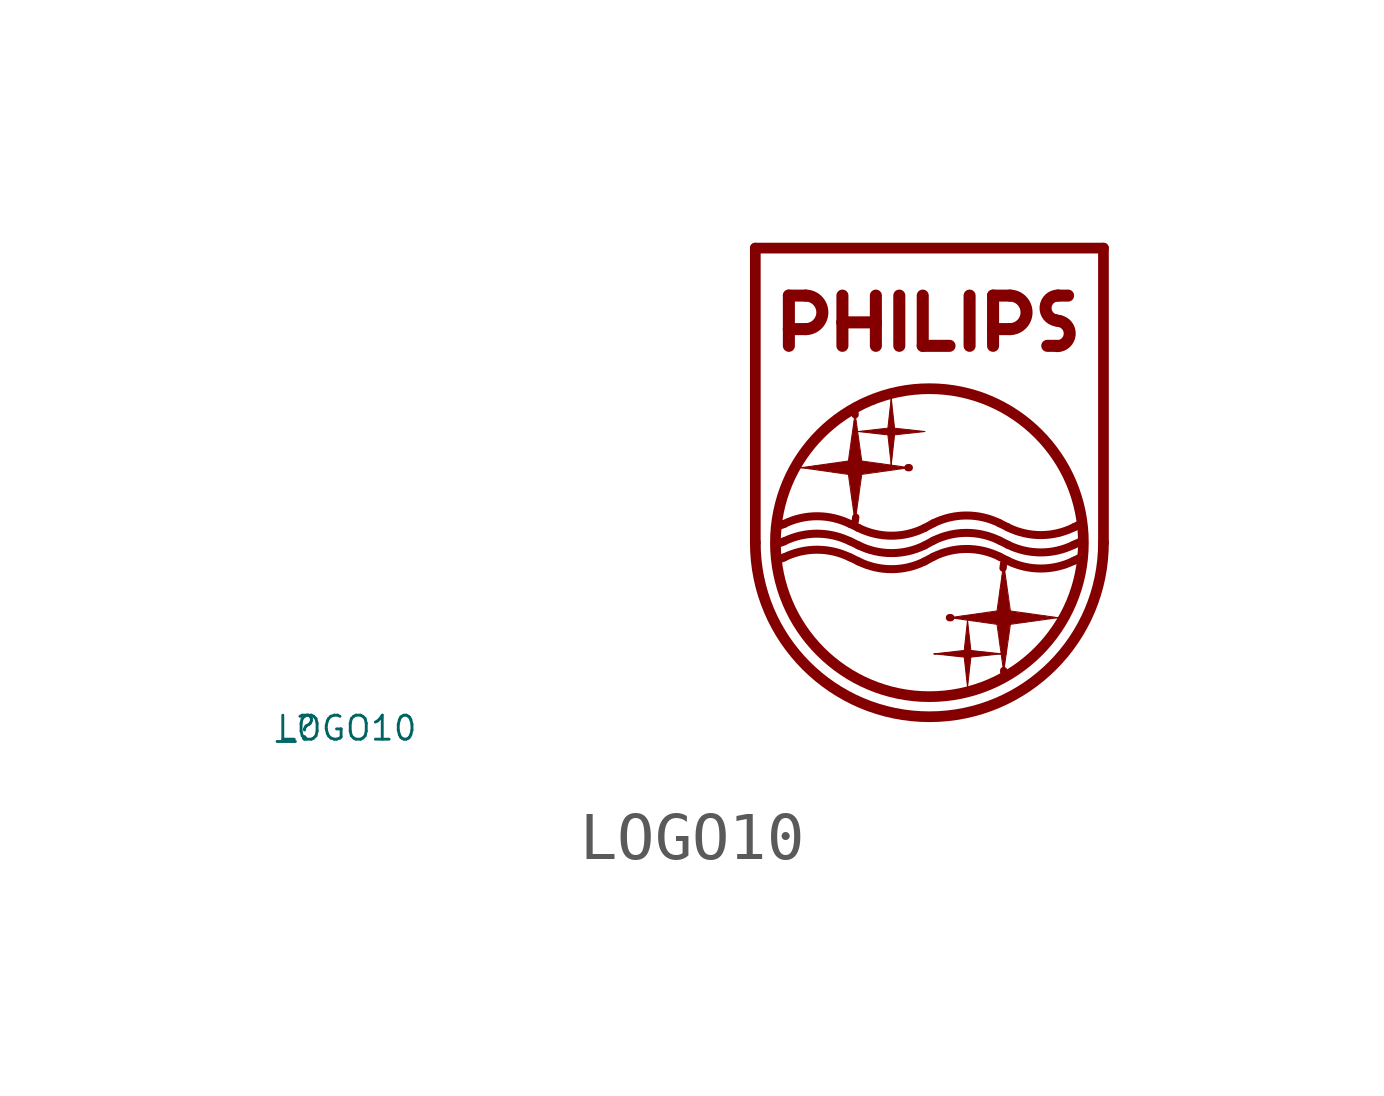
<source format=kicad_sym>
(kicad_symbol_lib
  (version 20220914)
  (generator Eagle2Kicad)
  (symbol "LOGO10"
    (property "Reference" "_"
      (at -10 -10 0)
      (effects (font (size 0.5 0.5) (thickness 0.06)) (justify left)))
    (property "Value" "LOGO10"
      (at -10 -10 0)
      (effects (font (size 0.5 0.5) (thickness 0.06)) (justify left)))
    (arc
      (start 0 -6.1349)
      (mid 3.626 -9.761)
      (end 7.2512 -6.1349)
      (stroke (width 0.223) (type default))
      (fill (type none)))
    (arc
      (start 1.0472 -1.6866)
      (mid 1.396 -1.338)
      (end 1.0472 -0.9892)
      (stroke (width 0.251) (type default))
      (fill (type none)))
    (arc
      (start 5.3002 -1.6866)
      (mid 5.649 -1.338)
      (end 5.3002 -0.9892)
      (stroke (width 0.251) (type default))
      (fill (type none)))
    (arc
      (start 6.3043 -0.9892)
      (mid 6.046 -1.228)
      (end 6.2626 -1.5052)
      (stroke (width 0.251) (type default))
      (fill (type none)))
    (arc
      (start 6.2903 -2.035)
      (mid 6.549 -1.796)
      (end 6.3322 -1.519)
      (stroke (width 0.251) (type default))
      (fill (type none)))
    (arc
      (start 5.0899 -6.093)
      (mid 4.400 -5.931)
      (end 3.7092 -6.093)
      (stroke (width 0.167) (type default))
      (fill (type none)))
    (arc
      (start 5.257 -6.1768)
      (mid 5.947 -6.338)
      (end 6.6378 -6.1765)
      (stroke (width 0.167) (type default))
      (fill (type none)))
    (arc
      (start 1.9801 -6.1071)
      (mid 1.290 -5.946)
      (end 0.5997 -6.1069)
      (stroke (width 0.167) (type default))
      (fill (type none)))
    (arc
      (start 2.1473 -6.1905)
      (mid 2.838 -6.352)
      (end 3.5281 -6.1905)
      (stroke (width 0.167) (type default))
      (fill (type none)))
    (arc
      (start 5.0899 -5.7305)
      (mid 4.400 -5.569)
      (end 3.7092 -5.7305)
      (stroke (width 0.167) (type default))
      (fill (type none)))
    (arc
      (start 5.257 -5.8141)
      (mid 5.947 -5.976)
      (end 6.6377 -5.8139)
      (stroke (width 0.167) (type default))
      (fill (type none)))
    (arc
      (start 1.9802 -5.7445)
      (mid 1.290 -5.583)
      (end 0.5997 -5.7442)
      (stroke (width 0.167) (type default))
      (fill (type none)))
    (arc
      (start 2.1473 -5.828)
      (mid 2.838 -5.990)
      (end 3.5281 -5.828)
      (stroke (width 0.167) (type default))
      (fill (type none)))
    (arc
      (start 5.0899 -6.4277)
      (mid 4.400 -6.266)
      (end 3.7092 -6.4277)
      (stroke (width 0.167) (type default))
      (fill (type none)))
    (arc
      (start 5.257 -6.5113)
      (mid 5.947 -6.673)
      (end 6.6377 -6.5111)
      (stroke (width 0.167) (type default))
      (fill (type none)))
    (arc
      (start 1.9802 -6.4417)
      (mid 1.290 -6.280)
      (end 0.5997 -6.4414)
      (stroke (width 0.167) (type default))
      (fill (type none)))
    (arc
      (start 2.1473 -6.5253)
      (mid 2.838 -6.687)
      (end 3.5281 -6.5253)
      (stroke (width 0.167) (type default))
      (fill (type none)))
    (polyline
      (pts (xy 0 -6.135) (xy 0 0))
      (stroke (width 0.223) (type default))
      (fill (type none)))
    (polyline
      (pts (xy 7.251 0) (xy 0 0))
      (stroke (width 0.223) (type default))
      (fill (type none)))
    (polyline
      (pts (xy 0.699 -0.989) (xy 0.699 -1.687))
      (stroke (width 0.251) (type default))
      (fill (type none)))
    (polyline
      (pts (xy 0.699 -1.687) (xy 0.699 -2.035))
      (stroke (width 0.251) (type default))
      (fill (type none)))
    (polyline
      (pts (xy 0.699 -0.989) (xy 1.047 -0.989))
      (stroke (width 0.251) (type default))
      (fill (type none)))
    (polyline
      (pts (xy 0.699 -1.687) (xy 1.047 -1.687))
      (stroke (width 0.251) (type default))
      (fill (type none)))
    (polyline
      (pts (xy 1.814 -0.989) (xy 1.814 -1.547))
      (stroke (width 0.251) (type default))
      (fill (type none)))
    (polyline
      (pts (xy 1.814 -1.547) (xy 1.814 -2.035))
      (stroke (width 0.251) (type default))
      (fill (type none)))
    (polyline
      (pts (xy 2.511 -0.989) (xy 2.511 -1.547))
      (stroke (width 0.251) (type default))
      (fill (type none)))
    (polyline
      (pts (xy 2.511 -1.547) (xy 2.511 -2.035))
      (stroke (width 0.251) (type default))
      (fill (type none)))
    (polyline
      (pts (xy 1.814 -1.547) (xy 2.511 -1.547))
      (stroke (width 0.251) (type default))
      (fill (type none)))
    (polyline
      (pts (xy 2.999 -0.989) (xy 2.999 -2.035))
      (stroke (width 0.251) (type default))
      (fill (type none)))
    (polyline
      (pts (xy 3.487 -0.989) (xy 3.487 -2.035))
      (stroke (width 0.251) (type default))
      (fill (type none)))
    (polyline
      (pts (xy 3.487 -2.035) (xy 4.045 -2.035))
      (stroke (width 0.251) (type default))
      (fill (type none)))
    (polyline
      (pts (xy 4.463 -0.989) (xy 4.463 -2.035))
      (stroke (width 0.251) (type default))
      (fill (type none)))
    (polyline
      (pts (xy 4.952 -0.989) (xy 4.952 -1.687))
      (stroke (width 0.251) (type default))
      (fill (type none)))
    (polyline
      (pts (xy 4.952 -1.687) (xy 4.952 -2.035))
      (stroke (width 0.251) (type default))
      (fill (type none)))
    (polyline
      (pts (xy 4.952 -0.989) (xy 5.3 -0.989))
      (stroke (width 0.251) (type default))
      (fill (type none)))
    (polyline
      (pts (xy 4.952 -1.687) (xy 5.3 -1.687))
      (stroke (width 0.251) (type default))
      (fill (type none)))
    (polyline
      (pts (xy 7.251 -6.135) (xy 7.251 0))
      (stroke (width 0.223) (type default))
      (fill (type none)))
    (polyline
      (pts (xy 6.304 -0.989) (xy 6.514 -0.989))
      (stroke (width 0.251) (type default))
      (fill (type none)))
    (polyline
      (pts (xy 6.081 -2.035) (xy 6.29 -2.035))
      (stroke (width 0.251) (type default))
      (fill (type none)))
    (polyline
      (pts (xy 6.263 -1.505) (xy 6.332 -1.519))
      (stroke (width 0.251) (type default))
      (fill (type none)))
    (polyline
      (pts (xy 5.09 -6.093) (xy 5.257 -6.177))
      (stroke (width 0.167) (type default))
      (fill (type none)))
    (polyline
      (pts (xy 1.98 -6.107) (xy 2.147 -6.191))
      (stroke (width 0.167) (type default))
      (fill (type none)))
    (polyline
      (pts (xy 3.709 -6.093) (xy 3.528 -6.191))
      (stroke (width 0.167) (type default))
      (fill (type none)))
    (polyline
      (pts (xy 5.09 -5.731) (xy 5.257 -5.814))
      (stroke (width 0.167) (type default))
      (fill (type none)))
    (polyline
      (pts (xy 1.98 -5.745) (xy 2.147 -5.828))
      (stroke (width 0.167) (type default))
      (fill (type none)))
    (polyline
      (pts (xy 3.709 -5.731) (xy 3.528 -5.828))
      (stroke (width 0.167) (type default))
      (fill (type none)))
    (polyline
      (pts (xy 5.09 -6.428) (xy 5.257 -6.511))
      (stroke (width 0.167) (type default))
      (fill (type none)))
    (polyline
      (pts (xy 1.98 -6.442) (xy 2.147 -6.525))
      (stroke (width 0.167) (type default))
      (fill (type none)))
    (polyline
      (pts (xy 3.709 -6.428) (xy 3.528 -6.525))
      (stroke (width 0.167) (type default))
      (fill (type none)))
    (polyline
      (pts (xy 2.078 -3.443) (xy 2.078 -3.471))
      (stroke (width 0) (type default))
      (fill (type none)))
    (polyline
      (pts (xy 2.092 -5.605) (xy 2.078 -5.703))
      (stroke (width 0) (type default))
      (fill (type none)))
    (polyline
      (pts (xy 3.179 -4.573) (xy 3.207 -4.573))
      (stroke (width 0) (type default))
      (fill (type none)))
    (polyline
      (pts (xy 2.078 -3.443) (xy 2.217 -4.434))
      (stroke (width 0.014) (type default))
      (fill (type none)))
    (polyline
      (pts (xy 2.217 -4.434) (xy 3.207 -4.573))
      (stroke (width 0.014) (type default))
      (fill (type none)))
    (polyline
      (pts (xy 3.207 -4.573) (xy 2.217 -4.713))
      (stroke (width 0.014) (type default))
      (fill (type none)))
    (polyline
      (pts (xy 2.217 -4.713) (xy 2.078 -5.703))
      (stroke (width 0.014) (type default))
      (fill (type none)))
    (polyline
      (pts (xy 2.078 -5.703) (xy 1.938 -4.713))
      (stroke (width 0.014) (type default))
      (fill (type none)))
    (polyline
      (pts (xy 1.938 -4.713) (xy 0.948 -4.573))
      (stroke (width 0.014) (type default))
      (fill (type none)))
    (polyline
      (pts (xy 0.948 -4.573) (xy 1.938 -4.434))
      (stroke (width 0.014) (type default))
      (fill (type none)))
    (polyline
      (pts (xy 1.938 -4.434) (xy 2.078 -3.443))
      (stroke (width 0.014) (type default))
      (fill (type none)))
    (polyline
      (pts (xy 6.638 -5.814) (xy 6.749 -5.758))
      (stroke (width 0.167) (type default))
      (fill (type none)))
    (polyline
      (pts (xy 6.638 -6.177) (xy 6.791 -6.107))
      (stroke (width 0.167) (type default))
      (fill (type none)))
    (polyline
      (pts (xy 6.638 -6.511) (xy 6.805 -6.428))
      (stroke (width 0.167) (type default))
      (fill (type none)))
    (polyline
      (pts (xy 0.6 -5.745) (xy 0.46 -5.8))
      (stroke (width 0.167) (type default))
      (fill (type none)))
    (polyline
      (pts (xy 0.6 -6.107) (xy 0.46 -6.163))
      (stroke (width 0.167) (type default))
      (fill (type none)))
    (polyline
      (pts (xy 0.6 -6.442) (xy 0.46 -6.497))
      (stroke (width 0.167) (type default))
      (fill (type none)))
    (polyline
      (pts (xy 3.207 -4.573) (xy 3.138 -4.573))
      (stroke (width 0.014) (type default))
      (fill (type none)))
    (polyline
      (pts (xy 3.138 -4.573) (xy 3.04 -4.573))
      (stroke (width 0.028) (type default))
      (fill (type none)))
    (polyline
      (pts (xy 3.04 -4.573) (xy 2.928 -4.573))
      (stroke (width 0.056) (type default))
      (fill (type none)))
    (polyline
      (pts (xy 2.928 -4.573) (xy 2.831 -4.573))
      (stroke (width 0.084) (type default))
      (fill (type none)))
    (polyline
      (pts (xy 2.831 -4.573) (xy 2.719 -4.573))
      (stroke (width 0.111) (type default))
      (fill (type none)))
    (polyline
      (pts (xy 2.719 -4.573) (xy 2.622 -4.573))
      (stroke (width 0.139) (type default))
      (fill (type none)))
    (polyline
      (pts (xy 2.622 -4.573) (xy 2.51 -4.573))
      (stroke (width 0.167) (type default))
      (fill (type none)))
    (polyline
      (pts (xy 2.51 -4.573) (xy 2.398 -4.573))
      (stroke (width 0.195) (type default))
      (fill (type none)))
    (polyline
      (pts (xy 2.398 -4.573) (xy 2.301 -4.573))
      (stroke (width 0.223) (type default))
      (fill (type none)))
    (polyline
      (pts (xy 2.301 -4.573) (xy 2.203 -4.573))
      (stroke (width 0.251) (type default))
      (fill (type none)))
    (polyline
      (pts (xy 2.203 -4.573) (xy 1.952 -4.573))
      (stroke (width 0.279) (type default))
      (fill (type none)))
    (polyline
      (pts (xy 1.952 -4.573) (xy 1.855 -4.573))
      (stroke (width 0.251) (type default))
      (fill (type none)))
    (polyline
      (pts (xy 1.855 -4.573) (xy 1.743 -4.573))
      (stroke (width 0.223) (type default))
      (fill (type none)))
    (polyline
      (pts (xy 1.743 -4.573) (xy 1.631 -4.573))
      (stroke (width 0.195) (type default))
      (fill (type none)))
    (polyline
      (pts (xy 1.631 -4.573) (xy 1.534 -4.573))
      (stroke (width 0.167) (type default))
      (fill (type none)))
    (polyline
      (pts (xy 1.534 -4.573) (xy 1.436 -4.573))
      (stroke (width 0.139) (type default))
      (fill (type none)))
    (polyline
      (pts (xy 1.436 -4.573) (xy 1.339 -4.573))
      (stroke (width 0.111) (type default))
      (fill (type none)))
    (polyline
      (pts (xy 1.339 -4.573) (xy 1.227 -4.573))
      (stroke (width 0.084) (type default))
      (fill (type none)))
    (polyline
      (pts (xy 1.227 -4.573) (xy 1.116 -4.573))
      (stroke (width 0.056) (type default))
      (fill (type none)))
    (polyline
      (pts (xy 1.116 -4.573) (xy 1.06 -4.573))
      (stroke (width 0.028) (type default))
      (fill (type none)))
    (polyline
      (pts (xy 1.06 -4.573) (xy 0.948 -4.573))
      (stroke (width 0.014) (type default))
      (fill (type none)))
    (polyline
      (pts (xy 2.078 -3.443) (xy 2.078 -3.541))
      (stroke (width 0.014) (type default))
      (fill (type none)))
    (polyline
      (pts (xy 2.078 -3.541) (xy 2.078 -3.611))
      (stroke (width 0.028) (type default))
      (fill (type none)))
    (polyline
      (pts (xy 2.078 -3.611) (xy 2.078 -3.722))
      (stroke (width 0.056) (type default))
      (fill (type none)))
    (polyline
      (pts (xy 2.078 -3.722) (xy 2.078 -3.82))
      (stroke (width 0.084) (type default))
      (fill (type none)))
    (polyline
      (pts (xy 2.078 -3.82) (xy 2.078 -3.932))
      (stroke (width 0.111) (type default))
      (fill (type none)))
    (polyline
      (pts (xy 2.078 -3.932) (xy 2.078 -4.029))
      (stroke (width 0.139) (type default))
      (fill (type none)))
    (polyline
      (pts (xy 2.078 -4.029) (xy 2.078 -4.141))
      (stroke (width 0.167) (type default))
      (fill (type none)))
    (polyline
      (pts (xy 2.078 -4.141) (xy 2.078 -4.239))
      (stroke (width 0.195) (type default))
      (fill (type none)))
    (polyline
      (pts (xy 2.078 -4.239) (xy 2.078 -4.35))
      (stroke (width 0.223) (type default))
      (fill (type none)))
    (polyline
      (pts (xy 2.078 -4.35) (xy 2.078 -4.462))
      (stroke (width 0.251) (type default))
      (fill (type none)))
    (polyline
      (pts (xy 2.078 -4.462) (xy 2.078 -4.684))
      (stroke (width 0.279) (type default))
      (fill (type none)))
    (polyline
      (pts (xy 2.078 -4.74) (xy 2.078 -4.684))
      (stroke (width 0.014) (type default))
      (fill (type none)))
    (polyline
      (pts (xy 2.078 -4.684) (xy 2.078 -4.796))
      (stroke (width 0.251) (type default))
      (fill (type none)))
    (polyline
      (pts (xy 2.078 -4.796) (xy 2.078 -4.894))
      (stroke (width 0.223) (type default))
      (fill (type none)))
    (polyline
      (pts (xy 2.078 -4.894) (xy 2.078 -5.005))
      (stroke (width 0.195) (type default))
      (fill (type none)))
    (polyline
      (pts (xy 2.078 -5.005) (xy 2.078 -5.131))
      (stroke (width 0.167) (type default))
      (fill (type none)))
    (polyline
      (pts (xy 2.078 -5.131) (xy 2.078 -5.228))
      (stroke (width 0.139) (type default))
      (fill (type none)))
    (polyline
      (pts (xy 2.078 -5.228) (xy 2.078 -5.326))
      (stroke (width 0.111) (type default))
      (fill (type none)))
    (polyline
      (pts (xy 2.078 -5.326) (xy 2.078 -5.438))
      (stroke (width 0.084) (type default))
      (fill (type none)))
    (polyline
      (pts (xy 2.078 -5.438) (xy 2.078 -5.535))
      (stroke (width 0.056) (type default))
      (fill (type none)))
    (polyline
      (pts (xy 2.078 -5.535) (xy 2.078 -5.605))
      (stroke (width 0.028) (type default))
      (fill (type none)))
    (polyline
      (pts (xy 2.078 -5.605) (xy 2.078 -5.703))
      (stroke (width 0.014) (type default))
      (fill (type none)))
    (polyline
      (pts (xy 2.831 -3.123) (xy 2.9 -3.75))
      (stroke (width 0.007) (type default))
      (fill (type none)))
    (polyline
      (pts (xy 2.9 -3.75) (xy 3.528 -3.82))
      (stroke (width 0.007) (type default))
      (fill (type none)))
    (polyline
      (pts (xy 3.528 -3.82) (xy 2.9 -3.89))
      (stroke (width 0.007) (type default))
      (fill (type none)))
    (polyline
      (pts (xy 2.9 -3.89) (xy 2.831 -4.517))
      (stroke (width 0.007) (type default))
      (fill (type none)))
    (polyline
      (pts (xy 2.831 -4.517) (xy 2.761 -3.89))
      (stroke (width 0.007) (type default))
      (fill (type none)))
    (polyline
      (pts (xy 2.761 -3.89) (xy 2.134 -3.82))
      (stroke (width 0.007) (type default))
      (fill (type none)))
    (polyline
      (pts (xy 2.134 -3.82) (xy 2.761 -3.75))
      (stroke (width 0.007) (type default))
      (fill (type none)))
    (polyline
      (pts (xy 2.761 -3.75) (xy 2.831 -3.123))
      (stroke (width 0.007) (type default))
      (fill (type none)))
    (polyline
      (pts (xy 2.146 -3.82) (xy 2.154 -3.82))
      (stroke (width 0.002) (type default))
      (fill (type none)))
    (polyline
      (pts (xy 2.154 -3.82) (xy 2.167 -3.82))
      (stroke (width 0.006) (type default))
      (fill (type none)))
    (polyline
      (pts (xy 2.167 -3.82) (xy 2.208 -3.82))
      (stroke (width 0.008) (type default))
      (fill (type none)))
    (polyline
      (pts (xy 2.208 -3.82) (xy 2.238 -3.82))
      (stroke (width 0.014) (type default))
      (fill (type none)))
    (polyline
      (pts (xy 2.238 -3.82) (xy 2.308 -3.82))
      (stroke (width 0.028) (type default))
      (fill (type none)))
    (polyline
      (pts (xy 2.308 -3.82) (xy 2.371 -3.82))
      (stroke (width 0.042) (type default))
      (fill (type none)))
    (polyline
      (pts (xy 2.371 -3.82) (xy 2.44 -3.82))
      (stroke (width 0.056) (type default))
      (fill (type none)))
    (polyline
      (pts (xy 2.44 -3.82) (xy 2.489 -3.82))
      (stroke (width 0.07) (type default))
      (fill (type none)))
    (polyline
      (pts (xy 2.489 -3.82) (xy 2.566 -3.82))
      (stroke (width 0.084) (type default))
      (fill (type none)))
    (polyline
      (pts (xy 2.566 -3.82) (xy 2.628 -3.82))
      (stroke (width 0.097) (type default))
      (fill (type none)))
    (polyline
      (pts (xy 2.628 -3.82) (xy 2.691 -3.82))
      (stroke (width 0.111) (type default))
      (fill (type none)))
    (polyline
      (pts (xy 2.691 -3.82) (xy 2.768 -3.82))
      (stroke (width 0.125) (type default))
      (fill (type none)))
    (polyline
      (pts (xy 2.768 -3.82) (xy 2.894 -3.82))
      (stroke (width 0.139) (type default))
      (fill (type none)))
    (polyline
      (pts (xy 2.894 -3.82) (xy 2.963 -3.82))
      (stroke (width 0.125) (type default))
      (fill (type none)))
    (polyline
      (pts (xy 2.963 -3.82) (xy 3.026 -3.82))
      (stroke (width 0.111) (type default))
      (fill (type none)))
    (polyline
      (pts (xy 3.026 -3.82) (xy 3.096 -3.82))
      (stroke (width 0.097) (type default))
      (fill (type none)))
    (polyline
      (pts (xy 3.096 -3.82) (xy 3.159 -3.82))
      (stroke (width 0.084) (type default))
      (fill (type none)))
    (polyline
      (pts (xy 3.159 -3.82) (xy 3.228 -3.82))
      (stroke (width 0.07) (type default))
      (fill (type none)))
    (polyline
      (pts (xy 3.228 -3.82) (xy 3.298 -3.82))
      (stroke (width 0.056) (type default))
      (fill (type none)))
    (polyline
      (pts (xy 3.298 -3.82) (xy 3.361 -3.82))
      (stroke (width 0.042) (type default))
      (fill (type none)))
    (polyline
      (pts (xy 3.361 -3.82) (xy 3.423 -3.82))
      (stroke (width 0.028) (type default))
      (fill (type none)))
    (polyline
      (pts (xy 3.423 -3.82) (xy 3.454 -3.82))
      (stroke (width 0.014) (type default))
      (fill (type none)))
    (polyline
      (pts (xy 3.454 -3.82) (xy 3.494 -3.82))
      (stroke (width 0.008) (type default))
      (fill (type none)))
    (polyline
      (pts (xy 3.494 -3.82) (xy 3.509 -3.82))
      (stroke (width 0.006) (type default))
      (fill (type none)))
    (polyline
      (pts (xy 3.509 -3.82) (xy 3.517 -3.82))
      (stroke (width 0.002) (type default))
      (fill (type none)))
    (polyline
      (pts (xy 3.517 -3.82) (xy 3.528 -3.82))
      (stroke (width 0.001) (type default))
      (fill (type none)))
    (polyline
      (pts (xy 2.831 -3.123) (xy 2.831 -3.131))
      (stroke (width 0.001) (type default))
      (fill (type none)))
    (polyline
      (pts (xy 2.831 -3.131) (xy 2.831 -3.145))
      (stroke (width 0.002) (type default))
      (fill (type none)))
    (polyline
      (pts (xy 2.831 -3.145) (xy 2.831 -3.173))
      (stroke (width 0.006) (type default))
      (fill (type none)))
    (polyline
      (pts (xy 2.831 -3.173) (xy 2.831 -3.198))
      (stroke (width 0.008) (type default))
      (fill (type none)))
    (polyline
      (pts (xy 2.831 -3.198) (xy 2.831 -3.227))
      (stroke (width 0.014) (type default))
      (fill (type none)))
    (polyline
      (pts (xy 2.831 -3.227) (xy 2.831 -3.29))
      (stroke (width 0.028) (type default))
      (fill (type none)))
    (polyline
      (pts (xy 2.831 -3.29) (xy 2.831 -3.36))
      (stroke (width 0.042) (type default))
      (fill (type none)))
    (polyline
      (pts (xy 2.831 -3.36) (xy 2.831 -3.429))
      (stroke (width 0.056) (type default))
      (fill (type none)))
    (polyline
      (pts (xy 2.831 -3.429) (xy 2.831 -3.499))
      (stroke (width 0.07) (type default))
      (fill (type none)))
    (polyline
      (pts (xy 2.831 -3.499) (xy 2.831 -3.555))
      (stroke (width 0.084) (type default))
      (fill (type none)))
    (polyline
      (pts (xy 2.831 -3.555) (xy 2.831 -3.625))
      (stroke (width 0.097) (type default))
      (fill (type none)))
    (polyline
      (pts (xy 2.831 -3.625) (xy 2.831 -3.674))
      (stroke (width 0.111) (type default))
      (fill (type none)))
    (polyline
      (pts (xy 2.831 -3.674) (xy 2.831 -3.757))
      (stroke (width 0.125) (type default))
      (fill (type none)))
    (polyline
      (pts (xy 2.831 -3.757) (xy 2.831 -3.883))
      (stroke (width 0.139) (type default))
      (fill (type none)))
    (polyline
      (pts (xy 2.831 -3.883) (xy 2.831 -3.96))
      (stroke (width 0.125) (type default))
      (fill (type none)))
    (polyline
      (pts (xy 2.831 -3.96) (xy 2.831 -4.015))
      (stroke (width 0.111) (type default))
      (fill (type none)))
    (polyline
      (pts (xy 2.831 -4.015) (xy 2.831 -4.085))
      (stroke (width 0.097) (type default))
      (fill (type none)))
    (polyline
      (pts (xy 2.831 -4.085) (xy 2.831 -4.141))
      (stroke (width 0.084) (type default))
      (fill (type none)))
    (polyline
      (pts (xy 2.831 -4.141) (xy 2.831 -4.211))
      (stroke (width 0.07) (type default))
      (fill (type none)))
    (polyline
      (pts (xy 2.831 -4.211) (xy 2.831 -4.287))
      (stroke (width 0.056) (type default))
      (fill (type none)))
    (polyline
      (pts (xy 2.831 -4.287) (xy 2.831 -4.35))
      (stroke (width 0.042) (type default))
      (fill (type none)))
    (polyline
      (pts (xy 2.831 -4.35) (xy 2.831 -4.413))
      (stroke (width 0.028) (type default))
      (fill (type none)))
    (polyline
      (pts (xy 2.831 -4.413) (xy 2.831 -4.447))
      (stroke (width 0.014) (type default))
      (fill (type none)))
    (polyline
      (pts (xy 2.831 -4.447) (xy 2.831 -4.478))
      (stroke (width 0.008) (type default))
      (fill (type none)))
    (polyline
      (pts (xy 2.831 -4.478) (xy 2.831 -4.495))
      (stroke (width 0.006) (type default))
      (fill (type none)))
    (polyline
      (pts (xy 2.831 -4.495) (xy 2.831 -4.503))
      (stroke (width 0.002) (type default))
      (fill (type none)))
    (polyline
      (pts (xy 2.831 -4.503) (xy 2.831 -4.517))
      (stroke (width 0.001) (type default))
      (fill (type none)))
    (polyline
      (pts (xy 2.146 -3.82) (xy 2.134 -3.82))
      (stroke (width 0.001) (type default))
      (fill (type none)))
    (polyline
      (pts (xy 5.173 -8.826) (xy 5.173 -8.798))
      (stroke (width 0) (type default))
      (fill (type none)))
    (polyline
      (pts (xy 5.16 -6.665) (xy 5.173 -6.567))
      (stroke (width 0) (type default))
      (fill (type none)))
    (polyline
      (pts (xy 4.072 -7.697) (xy 4.044 -7.697))
      (stroke (width 0) (type default))
      (fill (type none)))
    (polyline
      (pts (xy 5.173 -8.826) (xy 5.034 -7.836))
      (stroke (width 0.014) (type default))
      (fill (type none)))
    (polyline
      (pts (xy 5.034 -7.836) (xy 4.044 -7.697))
      (stroke (width 0.014) (type default))
      (fill (type none)))
    (polyline
      (pts (xy 4.044 -7.697) (xy 5.034 -7.557))
      (stroke (width 0.014) (type default))
      (fill (type none)))
    (polyline
      (pts (xy 5.034 -7.557) (xy 5.173 -6.567))
      (stroke (width 0.014) (type default))
      (fill (type none)))
    (polyline
      (pts (xy 5.173 -6.567) (xy 5.313 -7.557))
      (stroke (width 0.014) (type default))
      (fill (type none)))
    (polyline
      (pts (xy 5.313 -7.557) (xy 6.303 -7.697))
      (stroke (width 0.014) (type default))
      (fill (type none)))
    (polyline
      (pts (xy 6.303 -7.697) (xy 5.313 -7.836))
      (stroke (width 0.014) (type default))
      (fill (type none)))
    (polyline
      (pts (xy 5.313 -7.836) (xy 5.173 -8.826))
      (stroke (width 0.014) (type default))
      (fill (type none)))
    (polyline
      (pts (xy 4.044 -7.697) (xy 4.114 -7.697))
      (stroke (width 0.014) (type default))
      (fill (type none)))
    (polyline
      (pts (xy 4.114 -7.697) (xy 4.211 -7.697))
      (stroke (width 0.028) (type default))
      (fill (type none)))
    (polyline
      (pts (xy 4.211 -7.697) (xy 4.323 -7.697))
      (stroke (width 0.056) (type default))
      (fill (type none)))
    (polyline
      (pts (xy 4.323 -7.697) (xy 4.42 -7.697))
      (stroke (width 0.084) (type default))
      (fill (type none)))
    (polyline
      (pts (xy 4.42 -7.697) (xy 4.532 -7.697))
      (stroke (width 0.111) (type default))
      (fill (type none)))
    (polyline
      (pts (xy 4.532 -7.697) (xy 4.63 -7.697))
      (stroke (width 0.139) (type default))
      (fill (type none)))
    (polyline
      (pts (xy 4.63 -7.697) (xy 4.741 -7.697))
      (stroke (width 0.167) (type default))
      (fill (type none)))
    (polyline
      (pts (xy 4.741 -7.697) (xy 4.853 -7.697))
      (stroke (width 0.195) (type default))
      (fill (type none)))
    (polyline
      (pts (xy 4.853 -7.697) (xy 4.95 -7.697))
      (stroke (width 0.223) (type default))
      (fill (type none)))
    (polyline
      (pts (xy 4.95 -7.697) (xy 5.048 -7.697))
      (stroke (width 0.251) (type default))
      (fill (type none)))
    (polyline
      (pts (xy 5.048 -7.697) (xy 5.299 -7.697))
      (stroke (width 0.279) (type default))
      (fill (type none)))
    (polyline
      (pts (xy 5.299 -7.697) (xy 5.396 -7.697))
      (stroke (width 0.251) (type default))
      (fill (type none)))
    (polyline
      (pts (xy 5.396 -7.697) (xy 5.508 -7.697))
      (stroke (width 0.223) (type default))
      (fill (type none)))
    (polyline
      (pts (xy 5.508 -7.697) (xy 5.62 -7.697))
      (stroke (width 0.195) (type default))
      (fill (type none)))
    (polyline
      (pts (xy 5.62 -7.697) (xy 5.717 -7.697))
      (stroke (width 0.167) (type default))
      (fill (type none)))
    (polyline
      (pts (xy 5.717 -7.697) (xy 5.815 -7.697))
      (stroke (width 0.139) (type default))
      (fill (type none)))
    (polyline
      (pts (xy 5.815 -7.697) (xy 5.913 -7.697))
      (stroke (width 0.111) (type default))
      (fill (type none)))
    (polyline
      (pts (xy 5.913 -7.697) (xy 6.024 -7.697))
      (stroke (width 0.084) (type default))
      (fill (type none)))
    (polyline
      (pts (xy 6.024 -7.697) (xy 6.136 -7.697))
      (stroke (width 0.056) (type default))
      (fill (type none)))
    (polyline
      (pts (xy 6.136 -7.697) (xy 6.191 -7.697))
      (stroke (width 0.028) (type default))
      (fill (type none)))
    (polyline
      (pts (xy 6.191 -7.697) (xy 6.303 -7.697))
      (stroke (width 0.014) (type default))
      (fill (type none)))
    (polyline
      (pts (xy 5.173 -8.826) (xy 5.173 -8.729))
      (stroke (width 0.014) (type default))
      (fill (type none)))
    (polyline
      (pts (xy 5.173 -8.729) (xy 5.173 -8.659))
      (stroke (width 0.028) (type default))
      (fill (type none)))
    (polyline
      (pts (xy 5.173 -8.659) (xy 5.173 -8.547))
      (stroke (width 0.056) (type default))
      (fill (type none)))
    (polyline
      (pts (xy 5.173 -8.547) (xy 5.173 -8.45))
      (stroke (width 0.084) (type default))
      (fill (type none)))
    (polyline
      (pts (xy 5.173 -8.45) (xy 5.173 -8.338))
      (stroke (width 0.111) (type default))
      (fill (type none)))
    (polyline
      (pts (xy 5.173 -8.338) (xy 5.173 -8.241))
      (stroke (width 0.139) (type default))
      (fill (type none)))
    (polyline
      (pts (xy 5.173 -8.241) (xy 5.173 -8.129))
      (stroke (width 0.167) (type default))
      (fill (type none)))
    (polyline
      (pts (xy 5.173 -8.129) (xy 5.173 -8.031))
      (stroke (width 0.195) (type default))
      (fill (type none)))
    (polyline
      (pts (xy 5.173 -8.031) (xy 5.173 -7.92))
      (stroke (width 0.223) (type default))
      (fill (type none)))
    (polyline
      (pts (xy 5.173 -7.92) (xy 5.173 -7.808))
      (stroke (width 0.251) (type default))
      (fill (type none)))
    (polyline
      (pts (xy 5.173 -7.808) (xy 5.173 -7.585))
      (stroke (width 0.279) (type default))
      (fill (type none)))
    (polyline
      (pts (xy 5.173 -7.529) (xy 5.173 -7.585))
      (stroke (width 0.014) (type default))
      (fill (type none)))
    (polyline
      (pts (xy 5.173 -7.585) (xy 5.173 -7.473))
      (stroke (width 0.251) (type default))
      (fill (type none)))
    (polyline
      (pts (xy 5.173 -7.473) (xy 5.173 -7.376))
      (stroke (width 0.223) (type default))
      (fill (type none)))
    (polyline
      (pts (xy 5.173 -7.376) (xy 5.173 -7.264))
      (stroke (width 0.195) (type default))
      (fill (type none)))
    (polyline
      (pts (xy 5.173 -7.264) (xy 5.173 -7.139))
      (stroke (width 0.167) (type default))
      (fill (type none)))
    (polyline
      (pts (xy 5.173 -7.139) (xy 5.173 -7.041))
      (stroke (width 0.139) (type default))
      (fill (type none)))
    (polyline
      (pts (xy 5.173 -7.041) (xy 5.173 -6.944))
      (stroke (width 0.111) (type default))
      (fill (type none)))
    (polyline
      (pts (xy 5.173 -6.944) (xy 5.173 -6.832))
      (stroke (width 0.084) (type default))
      (fill (type none)))
    (polyline
      (pts (xy 5.173 -6.832) (xy 5.173 -6.735))
      (stroke (width 0.056) (type default))
      (fill (type none)))
    (polyline
      (pts (xy 5.173 -6.735) (xy 5.173 -6.665))
      (stroke (width 0.028) (type default))
      (fill (type none)))
    (polyline
      (pts (xy 5.173 -6.665) (xy 5.173 -6.567))
      (stroke (width 0.014) (type default))
      (fill (type none)))
    (polyline
      (pts (xy 4.42 -9.147) (xy 4.351 -8.519))
      (stroke (width 0.007) (type default))
      (fill (type none)))
    (polyline
      (pts (xy 4.351 -8.519) (xy 3.723 -8.45))
      (stroke (width 0.007) (type default))
      (fill (type none)))
    (polyline
      (pts (xy 3.723 -8.45) (xy 4.351 -8.38))
      (stroke (width 0.007) (type default))
      (fill (type none)))
    (polyline
      (pts (xy 4.351 -8.38) (xy 4.42 -7.752))
      (stroke (width 0.007) (type default))
      (fill (type none)))
    (polyline
      (pts (xy 4.42 -7.752) (xy 4.49 -8.38))
      (stroke (width 0.007) (type default))
      (fill (type none)))
    (polyline
      (pts (xy 4.49 -8.38) (xy 5.118 -8.45))
      (stroke (width 0.007) (type default))
      (fill (type none)))
    (polyline
      (pts (xy 5.118 -8.45) (xy 4.49 -8.519))
      (stroke (width 0.007) (type default))
      (fill (type none)))
    (polyline
      (pts (xy 4.49 -8.519) (xy 4.42 -9.147))
      (stroke (width 0.007) (type default))
      (fill (type none)))
    (polyline
      (pts (xy 5.105 -8.45) (xy 5.097 -8.45))
      (stroke (width 0.002) (type default))
      (fill (type none)))
    (polyline
      (pts (xy 5.097 -8.45) (xy 5.084 -8.45))
      (stroke (width 0.006) (type default))
      (fill (type none)))
    (polyline
      (pts (xy 5.084 -8.45) (xy 5.044 -8.45))
      (stroke (width 0.008) (type default))
      (fill (type none)))
    (polyline
      (pts (xy 5.044 -8.45) (xy 5.013 -8.45))
      (stroke (width 0.014) (type default))
      (fill (type none)))
    (polyline
      (pts (xy 5.013 -8.45) (xy 4.943 -8.45))
      (stroke (width 0.028) (type default))
      (fill (type none)))
    (polyline
      (pts (xy 4.943 -8.45) (xy 4.881 -8.45))
      (stroke (width 0.042) (type default))
      (fill (type none)))
    (polyline
      (pts (xy 4.881 -8.45) (xy 4.811 -8.45))
      (stroke (width 0.056) (type default))
      (fill (type none)))
    (polyline
      (pts (xy 4.811 -8.45) (xy 4.762 -8.45))
      (stroke (width 0.07) (type default))
      (fill (type none)))
    (polyline
      (pts (xy 4.762 -8.45) (xy 4.685 -8.45))
      (stroke (width 0.084) (type default))
      (fill (type none)))
    (polyline
      (pts (xy 4.685 -8.45) (xy 4.622 -8.45))
      (stroke (width 0.097) (type default))
      (fill (type none)))
    (polyline
      (pts (xy 4.622 -8.45) (xy 4.56 -8.45))
      (stroke (width 0.111) (type default))
      (fill (type none)))
    (polyline
      (pts (xy 4.56 -8.45) (xy 4.483 -8.45))
      (stroke (width 0.125) (type default))
      (fill (type none)))
    (polyline
      (pts (xy 4.483 -8.45) (xy 4.358 -8.45))
      (stroke (width 0.139) (type default))
      (fill (type none)))
    (polyline
      (pts (xy 4.358 -8.45) (xy 4.288 -8.45))
      (stroke (width 0.125) (type default))
      (fill (type none)))
    (polyline
      (pts (xy 4.288 -8.45) (xy 4.225 -8.45))
      (stroke (width 0.111) (type default))
      (fill (type none)))
    (polyline
      (pts (xy 4.225 -8.45) (xy 4.155 -8.45))
      (stroke (width 0.097) (type default))
      (fill (type none)))
    (polyline
      (pts (xy 4.155 -8.45) (xy 4.093 -8.45))
      (stroke (width 0.084) (type default))
      (fill (type none)))
    (polyline
      (pts (xy 4.093 -8.45) (xy 4.023 -8.45))
      (stroke (width 0.07) (type default))
      (fill (type none)))
    (polyline
      (pts (xy 4.023 -8.45) (xy 3.953 -8.45))
      (stroke (width 0.056) (type default))
      (fill (type none)))
    (polyline
      (pts (xy 3.953 -8.45) (xy 3.89 -8.45))
      (stroke (width 0.042) (type default))
      (fill (type none)))
    (polyline
      (pts (xy 3.89 -8.45) (xy 3.828 -8.45))
      (stroke (width 0.028) (type default))
      (fill (type none)))
    (polyline
      (pts (xy 3.828 -8.45) (xy 3.797 -8.45))
      (stroke (width 0.014) (type default))
      (fill (type none)))
    (polyline
      (pts (xy 3.797 -8.45) (xy 3.757 -8.45))
      (stroke (width 0.008) (type default))
      (fill (type none)))
    (polyline
      (pts (xy 3.757 -8.45) (xy 3.743 -8.45))
      (stroke (width 0.006) (type default))
      (fill (type none)))
    (polyline
      (pts (xy 3.743 -8.45) (xy 3.734 -8.45))
      (stroke (width 0.002) (type default))
      (fill (type none)))
    (polyline
      (pts (xy 3.734 -8.45) (xy 3.723 -8.45))
      (stroke (width 0.001) (type default))
      (fill (type none)))
    (polyline
      (pts (xy 4.42 -9.138) (xy 4.42 -9.125))
      (stroke (width 0.002) (type default))
      (fill (type none)))
    (polyline
      (pts (xy 4.42 -9.125) (xy 4.42 -9.097))
      (stroke (width 0.006) (type default))
      (fill (type none)))
    (polyline
      (pts (xy 4.42 -9.097) (xy 4.42 -9.072))
      (stroke (width 0.008) (type default))
      (fill (type none)))
    (polyline
      (pts (xy 4.42 -9.072) (xy 4.42 -9.042))
      (stroke (width 0.014) (type default))
      (fill (type none)))
    (polyline
      (pts (xy 4.42 -9.042) (xy 4.42 -8.98))
      (stroke (width 0.028) (type default))
      (fill (type none)))
    (polyline
      (pts (xy 4.42 -8.98) (xy 4.42 -8.91))
      (stroke (width 0.042) (type default))
      (fill (type none)))
    (polyline
      (pts (xy 4.42 -8.91) (xy 4.42 -8.84))
      (stroke (width 0.056) (type default))
      (fill (type none)))
    (polyline
      (pts (xy 4.42 -8.84) (xy 4.42 -8.77))
      (stroke (width 0.07) (type default))
      (fill (type none)))
    (polyline
      (pts (xy 4.42 -8.77) (xy 4.42 -8.714))
      (stroke (width 0.084) (type default))
      (fill (type none)))
    (polyline
      (pts (xy 4.42 -8.714) (xy 4.42 -8.645))
      (stroke (width 0.097) (type default))
      (fill (type none)))
    (polyline
      (pts (xy 4.42 -8.645) (xy 4.42 -8.596))
      (stroke (width 0.111) (type default))
      (fill (type none)))
    (polyline
      (pts (xy 4.42 -8.596) (xy 4.42 -8.512))
      (stroke (width 0.125) (type default))
      (fill (type none)))
    (polyline
      (pts (xy 4.42 -8.512) (xy 4.42 -8.387))
      (stroke (width 0.139) (type default))
      (fill (type none)))
    (polyline
      (pts (xy 4.42 -8.387) (xy 4.42 -8.31))
      (stroke (width 0.125) (type default))
      (fill (type none)))
    (polyline
      (pts (xy 4.42 -8.31) (xy 4.42 -8.255))
      (stroke (width 0.111) (type default))
      (fill (type none)))
    (polyline
      (pts (xy 4.42 -8.255) (xy 4.42 -8.185))
      (stroke (width 0.097) (type default))
      (fill (type none)))
    (polyline
      (pts (xy 4.42 -8.185) (xy 4.42 -8.129))
      (stroke (width 0.084) (type default))
      (fill (type none)))
    (polyline
      (pts (xy 4.42 -8.129) (xy 4.42 -8.059))
      (stroke (width 0.07) (type default))
      (fill (type none)))
    (polyline
      (pts (xy 4.42 -8.059) (xy 4.42 -7.982))
      (stroke (width 0.056) (type default))
      (fill (type none)))
    (polyline
      (pts (xy 4.42 -7.982) (xy 4.42 -7.92))
      (stroke (width 0.042) (type default))
      (fill (type none)))
    (polyline
      (pts (xy 4.42 -7.92) (xy 4.42 -7.857))
      (stroke (width 0.028) (type default))
      (fill (type none)))
    (polyline
      (pts (xy 4.42 -7.857) (xy 4.42 -7.822))
      (stroke (width 0.014) (type default))
      (fill (type none)))
    (polyline
      (pts (xy 4.42 -7.822) (xy 4.42 -7.792))
      (stroke (width 0.008) (type default))
      (fill (type none)))
    (polyline
      (pts (xy 4.42 -7.792) (xy 4.42 -7.775))
      (stroke (width 0.006) (type default))
      (fill (type none)))
    (polyline
      (pts (xy 4.42 -7.775) (xy 4.42 -7.766))
      (stroke (width 0.002) (type default))
      (fill (type none)))
    (polyline
      (pts (xy 4.42 -7.766) (xy 4.42 -7.752))
      (stroke (width 0.001) (type default))
      (fill (type none)))
    (polyline
      (pts (xy 5.105 -8.45) (xy 5.118 -8.45))
      (stroke (width 0.001) (type default))
      (fill (type none)))
    (circle
      (center 3.626 -6.135)
      (radius 3.207)
      (stroke (width 0.223) (type default))
      (fill (type none)))))
</source>
